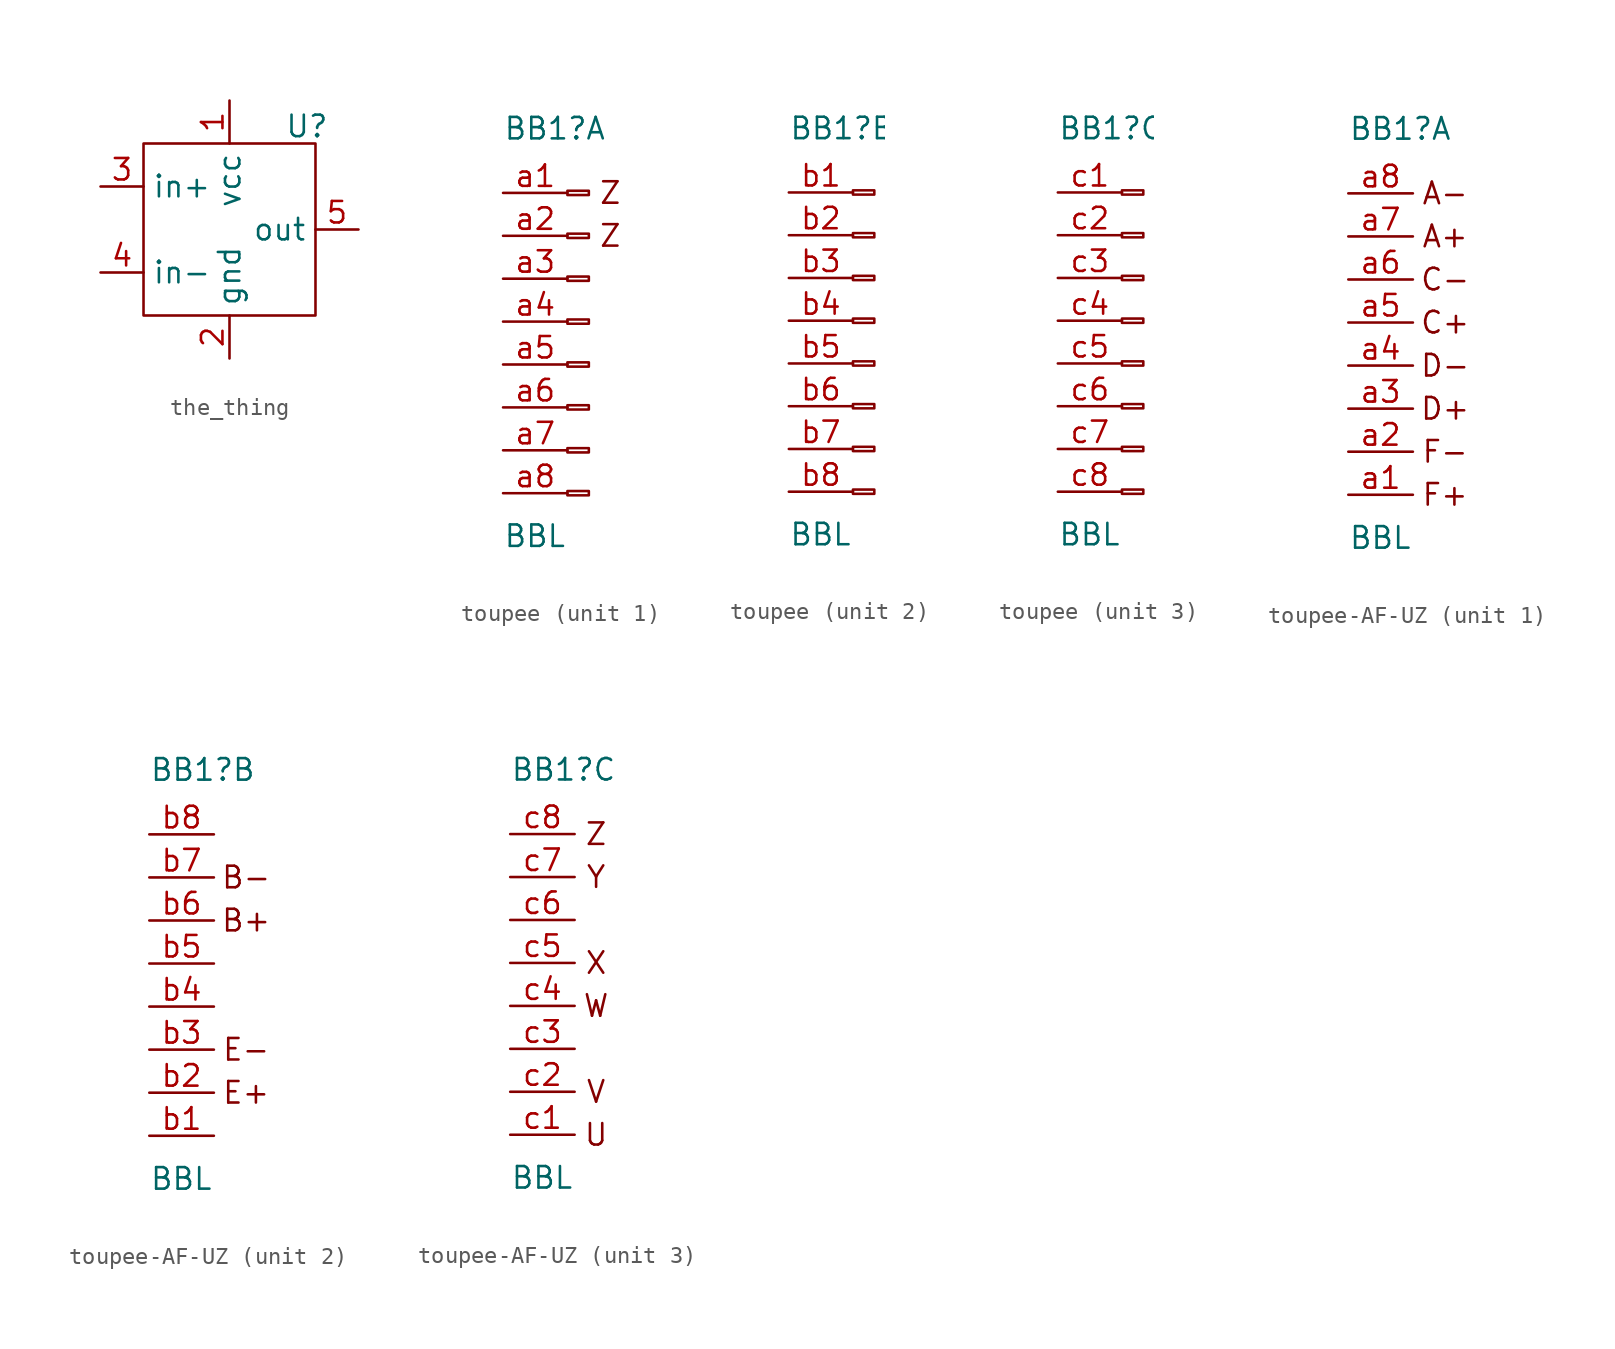
<source format=kicad_sym>
(kicad_symbol_lib
  (version 20241209)
  (generator "kicad_symbol_editor")
  (generator_version "9.0")
  (symbol "the_thing"
    (property "Reference" "U"
      (at 7.112 3.556 0)
      (effects (font (size 1.27 1.27))))
    (property "Value" ""
      (at 0 0 0)
      (effects (font (size 1.27 1.27))))
    (symbol "the_thing_0_1"
      (rectangle (start -2.54 2.54) (end 7.62 -7.62) (stroke (width 0) (type default)) (fill (type none))))
    (symbol "the_thing_1_1"
      (pin input line (at -5.08 0 0) (length 2.54) (name "in+" (effects (font (size 1.27 1.27)))) (number "3" (effects (font (size 1.27 1.27)))))
      (pin input line (at -5.08 -5.08 0) (length 2.54) (name "in-" (effects (font (size 1.27 1.27)))) (number "4" (effects (font (size 1.27 1.27)))))
      (pin unspecified line (at 2.54 5.08 270) (length 2.54) (name "vcc" (effects (font (size 1.27 1.27)))) (number "1" (effects (font (size 1.27 1.27)))))
      (pin unspecified line (at 2.54 -10.16 90) (length 2.54) (name "gnd" (effects (font (size 1.27 1.27)))) (number "2" (effects (font (size 1.27 1.27)))))
      (pin output line (at 10.16 -2.54 180) (length 2.54) (name "out" (effects (font (size 1.27 1.27)))) (number "5" (effects (font (size 1.27 1.27)))))))
  (symbol "toupee"
    (pin_names
      (offset 1.016)
      (hide yes))
    (property "Reference" "BB1"
      (at -5.08 11.43 0)
      (effects (font (size 1.27 1.27)) (justify left)))
    (property "Value" "BBL"
      (at -5.08 -12.7 0)
      (effects (font (size 1.27 1.27)) (justify left)))
    (property "ki_locked" ""
      (at 0 0 0)
      (effects (font (size 1.27 1.27))))
    (symbol "toupee_1_1"
      (rectangle (start -1.27 7.747) (end 0 7.493) (stroke (width 0.152) (type default)) (fill (type none)))
      (rectangle (start -1.27 5.207) (end 0 4.953) (stroke (width 0.152) (type default)) (fill (type none)))
      (rectangle (start -1.27 2.667) (end 0 2.413) (stroke (width 0.152) (type default)) (fill (type none)))
      (rectangle (start -1.27 0.127) (end 0 -0.127) (stroke (width 0.152) (type default)) (fill (type none)))
      (rectangle (start -1.27 -2.413) (end 0 -2.667) (stroke (width 0.152) (type default)) (fill (type none)))
      (rectangle (start -1.27 -4.953) (end 0 -5.207) (stroke (width 0.152) (type default)) (fill (type none)))
      (rectangle (start -1.27 -7.493) (end 0 -7.747) (stroke (width 0.152) (type default)) (fill (type none)))
      (rectangle (start -1.27 -10.033) (end 0 -10.287) (stroke (width 0.152) (type default)) (fill (type none)))
      (text "Z" (at 1.27 7.62 0) (effects (font (size 1.27 1.27))))
      (text "Z" (at 1.27 5.08 0) (effects (font (size 1.27 1.27))))
      (pin passive line (at -5.08 7.62 0) (length 3.81) (name "Pin_a1" (effects (font (size 1.27 1.27)))) (number "a1" (effects (font (size 1.27 1.27)))))
      (pin passive line (at -5.08 5.08 0) (length 3.81) (name "Pin_a2" (effects (font (size 1.27 1.27)))) (number "a2" (effects (font (size 1.27 1.27)))))
      (pin passive line (at -5.08 2.54 0) (length 3.81) (name "Pin_a3" (effects (font (size 1.27 1.27)))) (number "a3" (effects (font (size 1.27 1.27)))))
      (pin passive line (at -5.08 0 0) (length 3.81) (name "Pin_a4" (effects (font (size 1.27 1.27)))) (number "a4" (effects (font (size 1.27 1.27)))))
      (pin passive line (at -5.08 -2.54 0) (length 3.81) (name "Pin_a5" (effects (font (size 1.27 1.27)))) (number "a5" (effects (font (size 1.27 1.27)))))
      (pin passive line (at -5.08 -5.08 0) (length 3.81) (name "Pin_a6" (effects (font (size 1.27 1.27)))) (number "a6" (effects (font (size 1.27 1.27)))))
      (pin passive line (at -5.08 -7.62 0) (length 3.81) (name "Pin_a7" (effects (font (size 1.27 1.27)))) (number "a7" (effects (font (size 1.27 1.27)))))
      (pin passive line (at -5.08 -10.16 0) (length 3.81) (name "Pin_a8" (effects (font (size 1.27 1.27)))) (number "a8" (effects (font (size 1.27 1.27))))))
    (symbol "toupee_2_1"
      (rectangle (start 0 7.493) (end -1.27 7.747) (stroke (width 0.152) (type default)) (fill (type none)))
      (rectangle (start 0 4.953) (end -1.27 5.207) (stroke (width 0.152) (type default)) (fill (type none)))
      (rectangle (start 0 2.413) (end -1.27 2.667) (stroke (width 0.152) (type default)) (fill (type none)))
      (rectangle (start 0 -0.127) (end -1.27 0.127) (stroke (width 0.152) (type default)) (fill (type none)))
      (rectangle (start 0 -2.667) (end -1.27 -2.413) (stroke (width 0.152) (type default)) (fill (type none)))
      (rectangle (start 0 -5.207) (end -1.27 -4.953) (stroke (width 0.152) (type default)) (fill (type none)))
      (rectangle (start 0 -7.747) (end -1.27 -7.493) (stroke (width 0.152) (type default)) (fill (type none)))
      (rectangle (start 0 -10.287) (end -1.27 -10.033) (stroke (width 0.152) (type default)) (fill (type none)))
      (pin passive line (at -5.08 7.62 0) (length 3.81) (name "Pin_b1" (effects (font (size 1.27 1.27)))) (number "b1" (effects (font (size 1.27 1.27)))))
      (pin passive line (at -5.08 5.08 0) (length 3.81) (name "Pin_b2" (effects (font (size 1.27 1.27)))) (number "b2" (effects (font (size 1.27 1.27)))))
      (pin passive line (at -5.08 2.54 0) (length 3.81) (name "Pin_b3" (effects (font (size 1.27 1.27)))) (number "b3" (effects (font (size 1.27 1.27)))))
      (pin passive line (at -5.08 0 0) (length 3.81) (name "Pin_b4" (effects (font (size 1.27 1.27)))) (number "b4" (effects (font (size 1.27 1.27)))))
      (pin passive line (at -5.08 -2.54 0) (length 3.81) (name "Pin_b5" (effects (font (size 1.27 1.27)))) (number "b5" (effects (font (size 1.27 1.27)))))
      (pin passive line (at -5.08 -5.08 0) (length 3.81) (name "Pin_b6" (effects (font (size 1.27 1.27)))) (number "b6" (effects (font (size 1.27 1.27)))))
      (pin passive line (at -5.08 -7.62 0) (length 3.81) (name "Pin_b7" (effects (font (size 1.27 1.27)))) (number "b7" (effects (font (size 1.27 1.27)))))
      (pin passive line (at -5.08 -10.16 0) (length 3.81) (name "Pin_b8" (effects (font (size 1.27 1.27)))) (number "b8" (effects (font (size 1.27 1.27))))))
    (symbol "toupee_3_1"
      (rectangle (start -1.27 7.747) (end 0 7.493) (stroke (width 0.152) (type default)) (fill (type none)))
      (rectangle (start -1.27 5.207) (end 0 4.953) (stroke (width 0.152) (type default)) (fill (type none)))
      (rectangle (start -1.27 2.667) (end 0 2.413) (stroke (width 0.152) (type default)) (fill (type none)))
      (rectangle (start -1.27 0.127) (end 0 -0.127) (stroke (width 0.152) (type default)) (fill (type none)))
      (rectangle (start -1.27 -2.413) (end 0 -2.667) (stroke (width 0.152) (type default)) (fill (type none)))
      (rectangle (start -1.27 -4.953) (end 0 -5.207) (stroke (width 0.152) (type default)) (fill (type none)))
      (rectangle (start -1.27 -7.493) (end 0 -7.747) (stroke (width 0.152) (type default)) (fill (type none)))
      (rectangle (start -1.27 -10.033) (end 0 -10.287) (stroke (width 0.152) (type default)) (fill (type none)))
      (pin passive line (at -5.08 7.62 0) (length 3.81) (name "Pin_c1" (effects (font (size 1.27 1.27)))) (number "c1" (effects (font (size 1.27 1.27)))))
      (pin passive line (at -5.08 5.08 0) (length 3.81) (name "Pin_c2" (effects (font (size 1.27 1.27)))) (number "c2" (effects (font (size 1.27 1.27)))))
      (pin passive line (at -5.08 2.54 0) (length 3.81) (name "Pin_c3" (effects (font (size 1.27 1.27)))) (number "c3" (effects (font (size 1.27 1.27)))))
      (pin passive line (at -5.08 0 0) (length 3.81) (name "Pin_c4" (effects (font (size 1.27 1.27)))) (number "c4" (effects (font (size 1.27 1.27)))))
      (pin passive line (at -5.08 -2.54 0) (length 3.81) (name "Pin_c5" (effects (font (size 1.27 1.27)))) (number "c5" (effects (font (size 1.27 1.27)))))
      (pin passive line (at -5.08 -5.08 0) (length 3.81) (name "Pin_c6" (effects (font (size 1.27 1.27)))) (number "c6" (effects (font (size 1.27 1.27)))))
      (pin passive line (at -5.08 -7.62 0) (length 3.81) (name "Pin_c7" (effects (font (size 1.27 1.27)))) (number "c7" (effects (font (size 1.27 1.27)))))
      (pin passive line (at -5.08 -10.16 0) (length 3.81) (name "Pin_c8" (effects (font (size 1.27 1.27)))) (number "c8" (effects (font (size 1.27 1.27)))))))
  (symbol "toupee-AF-UZ"
    (pin_names
      (offset 1.016)
      (hide yes))
    (property "Reference" "BB1"
      (at -3.81 11.43 0)
      (effects (font (size 1.27 1.27)) (justify left)))
    (property "Value" "BBL"
      (at -3.81 -12.7 0)
      (effects (font (size 1.27 1.27)) (justify left)))
    (property "ki_locked" ""
      (at 0 0 0)
      (effects (font (size 1.27 1.27))))
    (symbol "toupee-AF-UZ_1_1"
      (text "A-" (at 1.905 7.62 0) (effects (font (size 1.27 1.27))))
      (text "A+" (at 1.905 5.08 0) (effects (font (size 1.27 1.27))))
      (text "C-" (at 1.905 2.54 0) (effects (font (size 1.27 1.27))))
      (text "C+" (at 1.905 0 0) (effects (font (size 1.27 1.27))))
      (text "D-" (at 1.905 -2.54 0) (effects (font (size 1.27 1.27))))
      (text "D+" (at 1.905 -5.08 0) (effects (font (size 1.27 1.27))))
      (text "F-" (at 1.905 -7.62 0) (effects (font (size 1.27 1.27))))
      (text "F+" (at 1.905 -10.16 0) (effects (font (size 1.27 1.27))))
      (pin passive line (at -3.81 7.62 0) (length 3.81) (name "Pin_a8" (effects (font (size 1.27 1.27)))) (number "a8" (effects (font (size 1.27 1.27)))))
      (pin passive line (at -3.81 5.08 0) (length 3.81) (name "Pin_a7" (effects (font (size 1.27 1.27)))) (number "a7" (effects (font (size 1.27 1.27)))))
      (pin passive line (at -3.81 2.54 0) (length 3.81) (name "Pin_a6" (effects (font (size 1.27 1.27)))) (number "a6" (effects (font (size 1.27 1.27)))))
      (pin passive line (at -3.81 0 0) (length 3.81) (name "Pin_a5" (effects (font (size 1.27 1.27)))) (number "a5" (effects (font (size 1.27 1.27)))))
      (pin passive line (at -3.81 -2.54 0) (length 3.81) (name "Pin_a4" (effects (font (size 1.27 1.27)))) (number "a4" (effects (font (size 1.27 1.27)))))
      (pin passive line (at -3.81 -5.08 0) (length 3.81) (name "Pin_a3" (effects (font (size 1.27 1.27)))) (number "a3" (effects (font (size 1.27 1.27)))))
      (pin passive line (at -3.81 -7.62 0) (length 3.81) (name "Pin_a2" (effects (font (size 1.27 1.27)))) (number "a2" (effects (font (size 1.27 1.27)))))
      (pin passive line (at -3.81 -10.16 0) (length 3.81) (name "Pin_a1" (effects (font (size 1.27 1.27)))) (number "a1" (effects (font (size 1.27 1.27))))))
    (symbol "toupee-AF-UZ_2_1"
      (text "B-" (at 1.905 5.08 0) (effects (font (size 1.27 1.27))))
      (text "B+" (at 1.905 2.54 0) (effects (font (size 1.27 1.27))))
      (text "E-" (at 1.905 -5.08 0) (effects (font (size 1.27 1.27))))
      (text "E+" (at 1.905 -7.62 0) (effects (font (size 1.27 1.27))))
      (pin passive line (at -3.81 7.62 0) (length 3.81) (name "Pin_b8" (effects (font (size 1.27 1.27)))) (number "b8" (effects (font (size 1.27 1.27)))))
      (pin passive line (at -3.81 5.08 0) (length 3.81) (name "Pin_b7" (effects (font (size 1.27 1.27)))) (number "b7" (effects (font (size 1.27 1.27)))))
      (pin passive line (at -3.81 2.54 0) (length 3.81) (name "Pin_b6" (effects (font (size 1.27 1.27)))) (number "b6" (effects (font (size 1.27 1.27)))))
      (pin passive line (at -3.81 0 0) (length 3.81) (name "Pin_b5" (effects (font (size 1.27 1.27)))) (number "b5" (effects (font (size 1.27 1.27)))))
      (pin passive line (at -3.81 -2.54 0) (length 3.81) (name "Pin_b4" (effects (font (size 1.27 1.27)))) (number "b4" (effects (font (size 1.27 1.27)))))
      (pin passive line (at -3.81 -5.08 0) (length 3.81) (name "Pin_b3" (effects (font (size 1.27 1.27)))) (number "b3" (effects (font (size 1.27 1.27)))))
      (pin passive line (at -3.81 -7.62 0) (length 3.81) (name "Pin_b2" (effects (font (size 1.27 1.27)))) (number "b2" (effects (font (size 1.27 1.27)))))
      (pin passive line (at -3.81 -10.16 0) (length 3.81) (name "Pin_b1" (effects (font (size 1.27 1.27)))) (number "b1" (effects (font (size 1.27 1.27))))))
    (symbol "toupee-AF-UZ_3_1"
      (text "Z" (at 1.27 7.62 0) (effects (font (size 1.27 1.27))))
      (text "Y" (at 1.27 5.08 0) (effects (font (size 1.27 1.27))))
      (text "X" (at 1.27 0 0) (effects (font (size 1.27 1.27))))
      (text "W" (at 1.27 -2.54 0) (effects (font (size 1.27 1.27))))
      (text "V" (at 1.27 -7.62 0) (effects (font (size 1.27 1.27))))
      (text "U" (at 1.27 -10.16 0) (effects (font (size 1.27 1.27))))
      (pin passive line (at -3.81 7.62 0) (length 3.81) (name "Pin_c8" (effects (font (size 1.27 1.27)))) (number "c8" (effects (font (size 1.27 1.27)))))
      (pin passive line (at -3.81 5.08 0) (length 3.81) (name "Pin_c7" (effects (font (size 1.27 1.27)))) (number "c7" (effects (font (size 1.27 1.27)))))
      (pin passive line (at -3.81 2.54 0) (length 3.81) (name "Pin_c6" (effects (font (size 1.27 1.27)))) (number "c6" (effects (font (size 1.27 1.27)))))
      (pin passive line (at -3.81 0 0) (length 3.81) (name "Pin_c5" (effects (font (size 1.27 1.27)))) (number "c5" (effects (font (size 1.27 1.27)))))
      (pin passive line (at -3.81 -2.54 0) (length 3.81) (name "Pin_c4" (effects (font (size 1.27 1.27)))) (number "c4" (effects (font (size 1.27 1.27)))))
      (pin passive line (at -3.81 -5.08 0) (length 3.81) (name "Pin_c3" (effects (font (size 1.27 1.27)))) (number "c3" (effects (font (size 1.27 1.27)))))
      (pin passive line (at -3.81 -7.62 0) (length 3.81) (name "Pin_c2" (effects (font (size 1.27 1.27)))) (number "c2" (effects (font (size 1.27 1.27)))))
      (pin passive line (at -3.81 -10.16 0) (length 3.81) (name "Pin_c1" (effects (font (size 1.27 1.27)))) (number "c1" (effects (font (size 1.27 1.27))))))))
</source>
